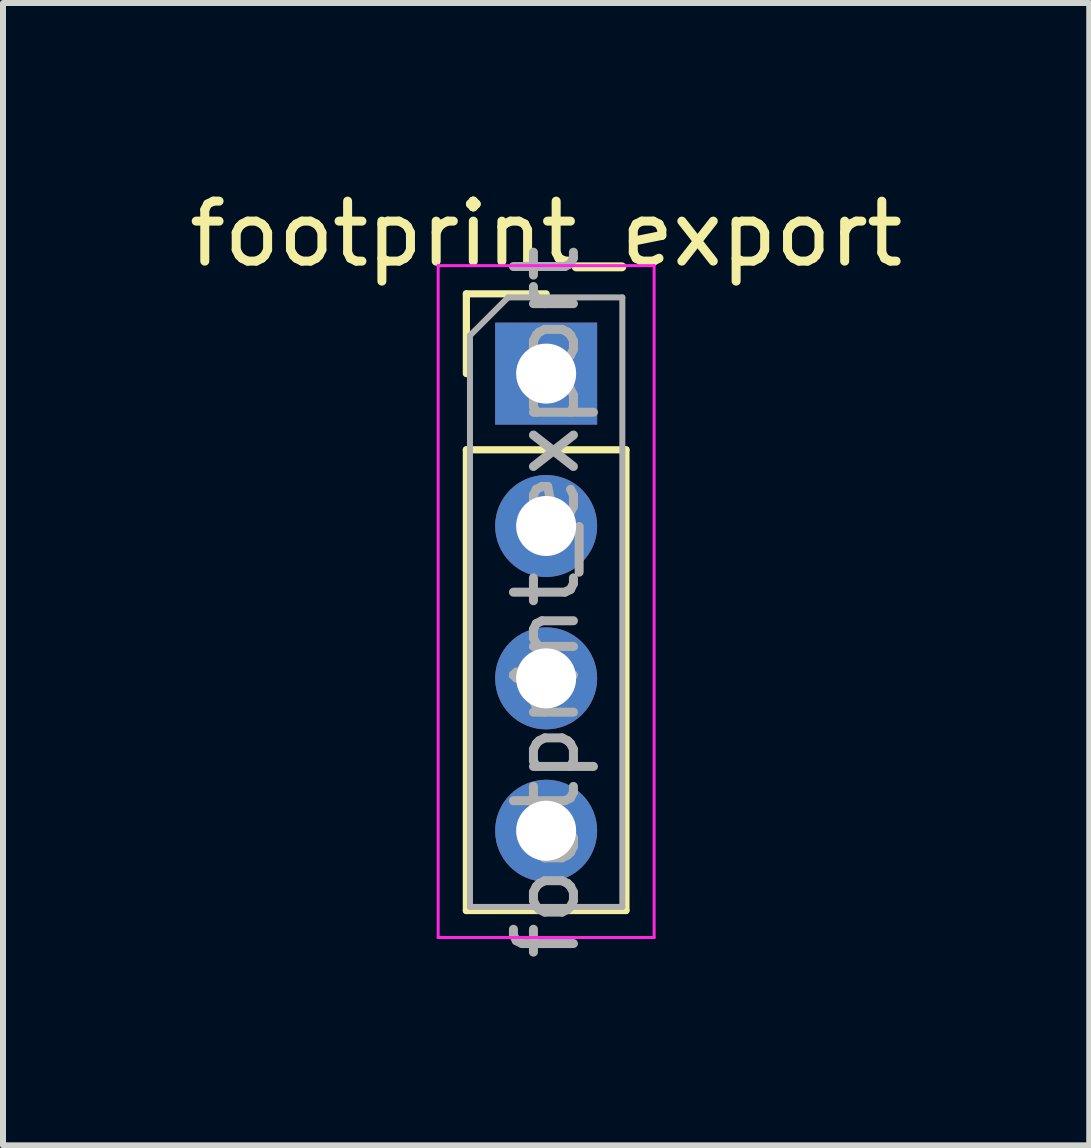
<source format=kicad_pcb>
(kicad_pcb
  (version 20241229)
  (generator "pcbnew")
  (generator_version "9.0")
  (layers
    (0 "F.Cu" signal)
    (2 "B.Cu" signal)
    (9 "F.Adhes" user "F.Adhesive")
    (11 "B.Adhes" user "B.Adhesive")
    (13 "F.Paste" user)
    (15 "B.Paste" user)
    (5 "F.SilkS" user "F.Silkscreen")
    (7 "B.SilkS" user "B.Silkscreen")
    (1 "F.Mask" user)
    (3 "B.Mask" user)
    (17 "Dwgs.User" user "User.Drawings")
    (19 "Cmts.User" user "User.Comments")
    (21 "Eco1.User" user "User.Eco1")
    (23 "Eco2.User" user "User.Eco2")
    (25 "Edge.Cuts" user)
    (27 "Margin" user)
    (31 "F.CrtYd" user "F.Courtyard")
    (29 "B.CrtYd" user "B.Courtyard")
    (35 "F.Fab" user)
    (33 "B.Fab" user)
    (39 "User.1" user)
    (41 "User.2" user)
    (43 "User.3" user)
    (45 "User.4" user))
  (footprint "footprint_export"
    (layer "F.Cu")
    (at 6.054 3.178)
    (property "Reference" "footprint_export" (at 0 -2.33 0) (layer "F.SilkS") (effects (font (size 1 1) (thickness 0.15))))
    (attr through_hole)
    (fp_line (start -1.33 -1.33) (end 0 -1.33) (stroke (width 0.12) (type solid)) (layer "F.SilkS"))
    (fp_line (start -1.33 0) (end -1.33 -1.33) (stroke (width 0.12) (type solid)) (layer "F.SilkS"))
    (fp_line (start -1.33 1.27) (end -1.33 8.95) (stroke (width 0.12) (type solid)) (layer "F.SilkS"))
    (fp_line (start -1.33 1.27) (end 1.33 1.27) (stroke (width 0.12) (type solid)) (layer "F.SilkS"))
    (fp_line (start -1.33 8.95) (end 1.33 8.95) (stroke (width 0.12) (type solid)) (layer "F.SilkS"))
    (fp_line (start 1.33 1.27) (end 1.33 8.95) (stroke (width 0.12) (type solid)) (layer "F.SilkS"))
    (fp_line (start -1.8 -1.8) (end -1.8 9.4) (stroke (width 0.05) (type solid)) (layer "F.CrtYd"))
    (fp_line (start -1.8 9.4) (end 1.8 9.4) (stroke (width 0.05) (type solid)) (layer "F.CrtYd"))
    (fp_line (start 1.8 -1.8) (end -1.8 -1.8) (stroke (width 0.05) (type solid)) (layer "F.CrtYd"))
    (fp_line (start 1.8 9.4) (end 1.8 -1.8) (stroke (width 0.05) (type solid)) (layer "F.CrtYd"))
    (fp_line (start -1.27 -0.635) (end -0.635 -1.27) (stroke (width 0.1) (type solid)) (layer "F.Fab"))
    (fp_line (start -1.27 8.89) (end -1.27 -0.635) (stroke (width 0.1) (type solid)) (layer "F.Fab"))
    (fp_line (start -0.635 -1.27) (end 1.27 -1.27) (stroke (width 0.1) (type solid)) (layer "F.Fab"))
    (fp_line (start 1.27 -1.27) (end 1.27 8.89) (stroke (width 0.1) (type solid)) (layer "F.Fab"))
    (fp_line (start 1.27 8.89) (end -1.27 8.89) (stroke (width 0.1) (type solid)) (layer "F.Fab"))
    (fp_text user "${REFERENCE}" (at 0 3.81 90) (layer "F.Fab") (effects (font (size 1 1) (thickness 0.15))))
    (pad "1" thru_hole rect (at 0 0) (size 1.7 1.7) (drill 1) (layers "*.Cu" "*.Mask"))
    (pad "2" thru_hole oval (at 0 2.54) (size 1.7 1.7) (drill 1) (layers "*.Cu" "*.Mask"))
    (pad "3" thru_hole oval (at 0 5.08) (size 1.7 1.7) (drill 1) (layers "*.Cu" "*.Mask"))
    (pad "4" thru_hole oval (at 0 7.62) (size 1.7 1.7) (drill 1) (layers "*.Cu" "*.Mask")))
  (gr_rect
    (start -3 -3)
    (end 15.107 16.042)
    (stroke (width 0.1) (type default))
    (fill no)
    (layer "Edge.Cuts")))
</source>
